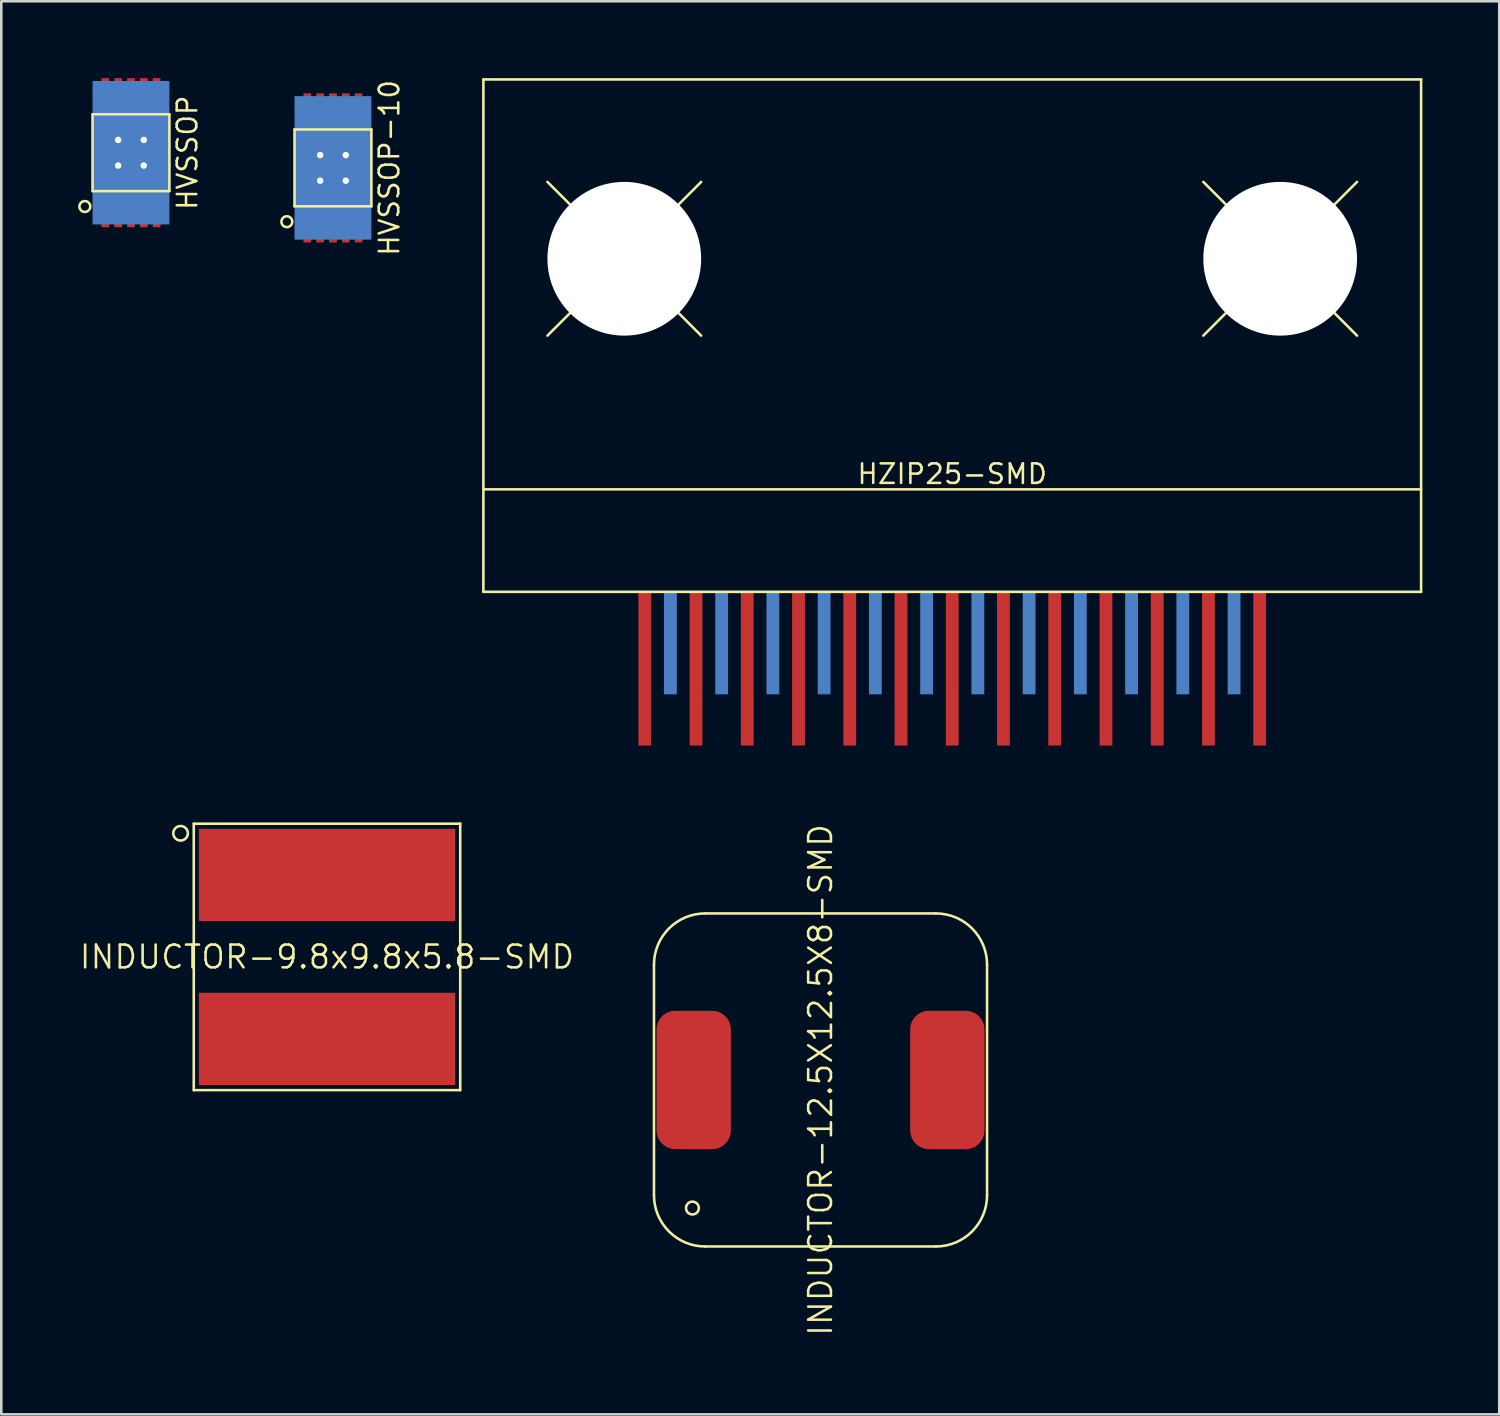
<source format=kicad_pcb>
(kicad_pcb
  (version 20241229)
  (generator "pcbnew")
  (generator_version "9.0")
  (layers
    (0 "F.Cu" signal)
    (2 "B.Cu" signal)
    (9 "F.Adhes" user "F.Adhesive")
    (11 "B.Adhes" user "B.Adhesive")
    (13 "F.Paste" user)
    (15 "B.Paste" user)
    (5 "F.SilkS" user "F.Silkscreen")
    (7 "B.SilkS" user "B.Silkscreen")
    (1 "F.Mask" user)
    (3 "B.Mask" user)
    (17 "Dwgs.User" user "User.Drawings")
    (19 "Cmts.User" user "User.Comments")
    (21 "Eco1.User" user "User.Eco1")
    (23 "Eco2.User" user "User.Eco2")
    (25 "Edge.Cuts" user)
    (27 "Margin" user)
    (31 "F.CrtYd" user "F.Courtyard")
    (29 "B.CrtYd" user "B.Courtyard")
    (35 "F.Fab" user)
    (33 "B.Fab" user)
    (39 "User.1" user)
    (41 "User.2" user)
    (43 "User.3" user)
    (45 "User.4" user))
  (footprint "INDUCTOR-12.5X12.5X8-SMD"
    (layer "F.Cu")
    (at 28.976 39.102)
    (property "Reference" "INDUCTOR-12.5X12.5X8-SMD" (at 0 0 90) (layer "F.SilkS") (effects (font (size 0.889 0.889) (thickness 0.1))))
    (attr through_hole)
    (fp_line (start -6.5 -4.5) (end -6.5 4.5) (stroke (width 0.1) (type solid)) (layer "F.SilkS"))
    (fp_line (start -4.5 -6.5) (end 4.5 -6.5) (stroke (width 0.1) (type solid)) (layer "F.SilkS"))
    (fp_line (start -4.5 6.5) (end 4.5 6.5) (stroke (width 0.1) (type solid)) (layer "F.SilkS"))
    (fp_line (start 6.5 4.5) (end 6.5 -4.5) (stroke (width 0.1) (type solid)) (layer "F.SilkS"))
    (fp_arc (start -6.5 -4.5) (mid -5.914214 -5.914214) (end -4.5 -6.5) (stroke (width 0.1) (type solid)) (layer "F.SilkS"))
    (fp_arc (start -4.5 6.5) (mid -5.914214 5.914214) (end -6.5 4.5) (stroke (width 0.1) (type solid)) (layer "F.SilkS"))
    (fp_arc (start 4.5 -6.5) (mid 5.914214 -5.914214) (end 6.5 -4.5) (stroke (width 0.1) (type solid)) (layer "F.SilkS"))
    (fp_arc (start 6.5 4.5) (mid 5.914214 5.914214) (end 4.5 6.5) (stroke (width 0.1) (type solid)) (layer "F.SilkS"))
    (fp_circle (center -5 5) (end -5.25 5) (stroke (width 0.1) (type solid)) (fill no) (layer "F.SilkS"))
    (pad "1" smd roundrect (at -4.95 0) (size 2.9 5.4) (layers "F.Cu" "F.Mask" "F.Paste") (roundrect_rratio 0.25))
    (pad "2" smd roundrect (at 4.95 0) (size 2.9 5.4) (layers "F.Cu" "F.Mask" "F.Paste") (roundrect_rratio 0.25)))
  (footprint "INDUCTOR-9.8x9.8x5.8-SMD"
    (layer "F.Cu")
    (at 9.713 34.3)
    (property "Reference" "INDUCTOR-9.8x9.8x5.8-SMD" (at 0 0 0) (layer "F.SilkS") (effects (font (size 0.889 0.889) (thickness 0.1))))
    (attr through_hole)
    (fp_line (start -5.2 -5.2) (end 5.2 -5.2) (stroke (width 0.1) (type solid)) (layer "F.SilkS"))
    (fp_line (start -5.2 5.2) (end -5.2 -5.2) (stroke (width 0.1) (type solid)) (layer "F.SilkS"))
    (fp_line (start 5.2 -5.2) (end 5.2 5.2) (stroke (width 0.1) (type solid)) (layer "F.SilkS"))
    (fp_line (start 5.2 5.2) (end -5.2 5.2) (stroke (width 0.1) (type solid)) (layer "F.SilkS"))
    (fp_circle (center -5.715 -4.826) (end -5.969 -4.953) (stroke (width 0.1) (type solid)) (fill no) (layer "F.SilkS"))
    (pad "1" smd rect (at 0 -3.2) (size 10 3.6) (layers "F.Cu" "F.Mask" "F.Paste"))
    (pad "2" smd rect (at 0 3.2) (size 10 3.6) (layers "F.Cu" "F.Mask" "F.Paste")))
  (footprint "HVSSOP-10"
    (layer "F.Cu")
    (at 9.946 3.503)
    (property "Reference" "HVSSOP-10" (at 2.2 0 90) (layer "F.SilkS") (effects (font (size 0.762 0.762) (thickness 0.1))))
    (attr through_hole)
    (fp_line (start -1.5 -1.5) (end 1.5 -1.5) (stroke (width 0.1) (type solid)) (layer "F.SilkS"))
    (fp_line (start -1.5 1.5) (end -1.5 -1.5) (stroke (width 0.1) (type solid)) (layer "F.SilkS"))
    (fp_line (start 1.5 -1.5) (end 1.5 1.5) (stroke (width 0.1) (type solid)) (layer "F.SilkS"))
    (fp_line (start 1.5 1.5) (end -1.5 1.5) (stroke (width 0.1) (type solid)) (layer "F.SilkS"))
    (fp_circle (center -1.8 2.1) (end -1.65 2.25) (stroke (width 0.1) (type solid)) (fill no) (layer "F.SilkS"))
    (pad "" smd rect (at -0.4 -0.35) (size 0.5 0.5) (layers "F.Paste"))
    (pad "" smd rect (at -0.4 0.35) (size 0.5 0.5) (layers "F.Paste"))
    (pad "" smd rect (at 0.4 -0.35) (size 0.5 0.5) (layers "F.Paste"))
    (pad "" smd rect (at 0.4 0.35) (size 0.5 0.5) (layers "F.Paste"))
    (pad "0" thru_hole circle (at -0.5 -0.5) (size 0.381 0.381) (drill 0.254) (layers "*.Cu" "*.Mask"))
    (pad "0" thru_hole circle (at -0.5 0.5) (size 0.381 0.381) (drill 0.254) (layers "*.Cu" "*.Mask"))
    (pad "0" smd rect (at 0 0) (size 1.9 1.73) (layers "F.Cu" "F.Mask" "F.Paste"))
    (pad "0" smd rect (at 0 0) (size 3 5.6) (layers "B.Cu" "B.Mask" "B.Paste"))
    (pad "0" thru_hole circle (at 0.5 -0.5) (size 0.381 0.381) (drill 0.254) (layers "*.Cu" "*.Mask"))
    (pad "0" thru_hole circle (at 0.5 0.5) (size 0.381 0.381) (drill 0.254) (layers "*.Cu" "*.Mask"))
    (pad "1" smd rect (at -1 2.4) (size 0.3 1.02) (layers "F.Cu" "F.Mask" "F.Paste"))
    (pad "2" smd rect (at -0.5 2.4) (size 0.3 1.02) (layers "F.Cu" "F.Mask" "F.Paste"))
    (pad "3" smd rect (at 0 2.4) (size 0.3 1.02) (layers "F.Cu" "F.Mask" "F.Paste"))
    (pad "4" smd rect (at 0.5 2.4) (size 0.3 1.02) (layers "F.Cu" "F.Mask" "F.Paste"))
    (pad "5" smd rect (at 1 2.4) (size 0.3 1.02) (layers "F.Cu" "F.Mask" "F.Paste"))
    (pad "6" smd rect (at 1 -2.4) (size 0.3 1.02) (layers "F.Cu" "F.Mask" "F.Paste"))
    (pad "7" smd rect (at 0.5 -2.4) (size 0.3 1.02) (layers "F.Cu" "F.Mask" "F.Paste"))
    (pad "8" smd rect (at 0 -2.4) (size 0.3 1.02) (layers "F.Cu" "F.Mask" "F.Paste"))
    (pad "9" smd rect (at -0.5 -2.4) (size 0.3 1.02) (layers "F.Cu" "F.Mask" "F.Paste"))
    (pad "10" smd rect (at -1 -2.4) (size 0.3 1.02) (layers "F.Cu" "F.Mask" "F.Paste")))
  (footprint "HVSSOP"
    (layer "F.Cu")
    (at 2.062 2.91)
    (property "Reference" "HVSSOP" (at 2.2 0 90) (layer "F.SilkS") (effects (font (size 0.762 0.762) (thickness 0.1))))
    (attr through_hole)
    (fp_line (start -1.5 -1.5) (end 1.5 -1.5) (stroke (width 0.1) (type solid)) (layer "F.SilkS"))
    (fp_line (start -1.5 1.5) (end -1.5 -1.5) (stroke (width 0.1) (type solid)) (layer "F.SilkS"))
    (fp_line (start 1.5 -1.5) (end 1.5 1.5) (stroke (width 0.1) (type solid)) (layer "F.SilkS"))
    (fp_line (start 1.5 1.5) (end -1.5 1.5) (stroke (width 0.1) (type solid)) (layer "F.SilkS"))
    (fp_circle (center -1.8 2.1) (end -1.65 2.25) (stroke (width 0.1) (type solid)) (fill no) (layer "F.SilkS"))
    (pad "" smd rect (at -0.4 -0.35) (size 0.5 0.5) (layers "F.Paste"))
    (pad "" smd rect (at -0.4 0.35) (size 0.5 0.5) (layers "F.Paste"))
    (pad "" smd rect (at 0.4 -0.35) (size 0.5 0.5) (layers "F.Paste"))
    (pad "" smd rect (at 0.4 0.35) (size 0.5 0.5) (layers "F.Paste"))
    (pad "0" thru_hole circle (at -0.5 -0.5) (size 0.381 0.381) (drill 0.254) (layers "*.Cu" "*.Mask"))
    (pad "0" thru_hole circle (at -0.5 0.5) (size 0.381 0.381) (drill 0.254) (layers "*.Cu" "*.Mask"))
    (pad "0" smd rect (at 0 0) (size 1.9 1.73) (layers "F.Cu" "F.Mask" "F.Paste"))
    (pad "0" smd rect (at 0 0) (size 3 5.6) (layers "B.Cu" "B.Mask" "B.Paste"))
    (pad "0" thru_hole circle (at 0.5 -0.5) (size 0.381 0.381) (drill 0.254) (layers "*.Cu" "*.Mask"))
    (pad "0" thru_hole circle (at 0.5 0.5) (size 0.381 0.381) (drill 0.254) (layers "*.Cu" "*.Mask"))
    (pad "1" smd rect (at -1 2.4) (size 0.3 1.02) (layers "F.Cu" "F.Mask" "F.Paste"))
    (pad "2" smd rect (at -0.5 2.4) (size 0.3 1.02) (layers "F.Cu" "F.Mask" "F.Paste"))
    (pad "3" smd rect (at 0 2.4) (size 0.3 1.02) (layers "F.Cu" "F.Mask" "F.Paste"))
    (pad "4" smd rect (at 0.5 2.4) (size 0.3 1.02) (layers "F.Cu" "F.Mask" "F.Paste"))
    (pad "5" smd rect (at 1 2.4) (size 0.3 1.02) (layers "F.Cu" "F.Mask" "F.Paste"))
    (pad "6" smd rect (at 1 -2.4) (size 0.3 1.02) (layers "F.Cu" "F.Mask" "F.Paste"))
    (pad "7" smd rect (at 0.5 -2.4) (size 0.3 1.02) (layers "F.Cu" "F.Mask" "F.Paste"))
    (pad "8" smd rect (at 0 -2.4) (size 0.3 1.02) (layers "F.Cu" "F.Mask" "F.Paste"))
    (pad "9" smd rect (at -0.5 -2.4) (size 0.3 1.02) (layers "F.Cu" "F.Mask" "F.Paste"))
    (pad "10" smd rect (at -1 -2.4) (size 0.3 1.02) (layers "F.Cu" "F.Mask" "F.Paste")))
  (footprint "HZIP25-SMD"
    (layer "F.Cu")
    (at 34.117 20.05)
    (property "Reference" "HZIP25-SMD" (at 0 -4.6 0) (layer "F.SilkS") (effects (font (size 0.762 0.762) (thickness 0.1))))
    (attr through_hole)
    (fp_line (start -18.3 -4) (end 18.3 -4) (stroke (width 0.1) (type solid)) (layer "F.SilkS"))
    (fp_line (start -18.3 0) (end -18.3 -20) (stroke (width 0.1) (type solid)) (layer "F.SilkS"))
    (fp_line (start -15.8 -16) (end -9.8 -10) (stroke (width 0.1) (type solid)) (layer "F.SilkS"))
    (fp_line (start -15.8 -10) (end -9.8 -16) (stroke (width 0.1) (type solid)) (layer "F.SilkS"))
    (fp_line (start 15.8 -16) (end 9.8 -10) (stroke (width 0.1) (type solid)) (layer "F.SilkS"))
    (fp_line (start 15.8 -10) (end 9.8 -16) (stroke (width 0.1) (type solid)) (layer "F.SilkS"))
    (fp_line (start 18.3 -20) (end -18.3 -20) (stroke (width 0.1) (type solid)) (layer "F.SilkS"))
    (fp_line (start 18.3 0) (end -18.3 0) (stroke (width 0.1) (type solid)) (layer "F.SilkS"))
    (fp_line (start 18.3 0) (end 18.3 -20) (stroke (width 0.1) (type solid)) (layer "F.SilkS"))
    (pad "" np_thru_hole circle (at -12.8 -13) (size 6 6) (drill 6) (layers "*.Cu" "*.Mask"))
    (pad "" np_thru_hole circle (at 12.8 -13) (size 6 6) (drill 6) (layers "*.Cu" "*.Mask"))
    (pad "1" smd rect (at -12 3) (size 0.5 6) (layers "F.Cu" "F.Mask" "F.Paste"))
    (pad "2" smd rect (at -11 2) (size 0.5 4) (layers "B.Cu" "B.Mask" "B.Paste"))
    (pad "3" smd rect (at -10 3) (size 0.5 6) (layers "F.Cu" "F.Mask" "F.Paste"))
    (pad "4" smd rect (at -9 2) (size 0.5 4) (layers "B.Cu" "B.Mask" "B.Paste"))
    (pad "5" smd rect (at -8 3) (size 0.5 6) (layers "F.Cu" "F.Mask" "F.Paste"))
    (pad "6" smd rect (at -7 2) (size 0.5 4) (layers "B.Cu" "B.Mask" "B.Paste"))
    (pad "7" smd rect (at -6 3) (size 0.5 6) (layers "F.Cu" "F.Mask" "F.Paste"))
    (pad "8" smd rect (at -5 2) (size 0.5 4) (layers "B.Cu" "B.Mask" "B.Paste"))
    (pad "9" smd rect (at -4 3) (size 0.5 6) (layers "F.Cu" "F.Mask" "F.Paste"))
    (pad "10" smd rect (at -3 2) (size 0.5 4) (layers "B.Cu" "B.Mask" "B.Paste"))
    (pad "11" smd rect (at -2 3) (size 0.5 6) (layers "F.Cu" "F.Mask" "F.Paste"))
    (pad "12" smd rect (at -1 2) (size 0.5 4) (layers "B.Cu" "B.Mask" "B.Paste"))
    (pad "13" smd rect (at 0 3) (size 0.5 6) (layers "F.Cu" "F.Mask" "F.Paste"))
    (pad "14" smd rect (at 1 2) (size 0.5 4) (layers "B.Cu" "B.Mask" "B.Paste"))
    (pad "15" smd rect (at 2 3) (size 0.5 6) (layers "F.Cu" "F.Mask" "F.Paste"))
    (pad "16" smd rect (at 3 2) (size 0.5 4) (layers "B.Cu" "B.Mask" "B.Paste"))
    (pad "17" smd rect (at 4 3) (size 0.5 6) (layers "F.Cu" "F.Mask" "F.Paste"))
    (pad "18" smd rect (at 5 2) (size 0.5 4) (layers "B.Cu" "B.Mask" "B.Paste"))
    (pad "19" smd rect (at 6 3) (size 0.5 6) (layers "F.Cu" "F.Mask" "F.Paste"))
    (pad "20" smd rect (at 7 2) (size 0.5 4) (layers "B.Cu" "B.Mask" "B.Paste"))
    (pad "21" smd rect (at 8 3) (size 0.5 6) (layers "F.Cu" "F.Mask" "F.Paste"))
    (pad "22" smd rect (at 9 2) (size 0.5 4) (layers "B.Cu" "B.Mask" "B.Paste"))
    (pad "23" smd rect (at 10 3) (size 0.5 6) (layers "F.Cu" "F.Mask" "F.Paste"))
    (pad "24" smd rect (at 11 2) (size 0.5 4) (layers "B.Cu" "B.Mask" "B.Paste"))
    (pad "25" smd rect (at 12 3) (size 0.5 6) (layers "F.Cu" "F.Mask" "F.Paste")))
  (gr_rect
    (start -3 -3)
    (end 55.467 52.154)
    (stroke (width 0.1) (type default))
    (fill no)
    (layer "Edge.Cuts")))
</source>
